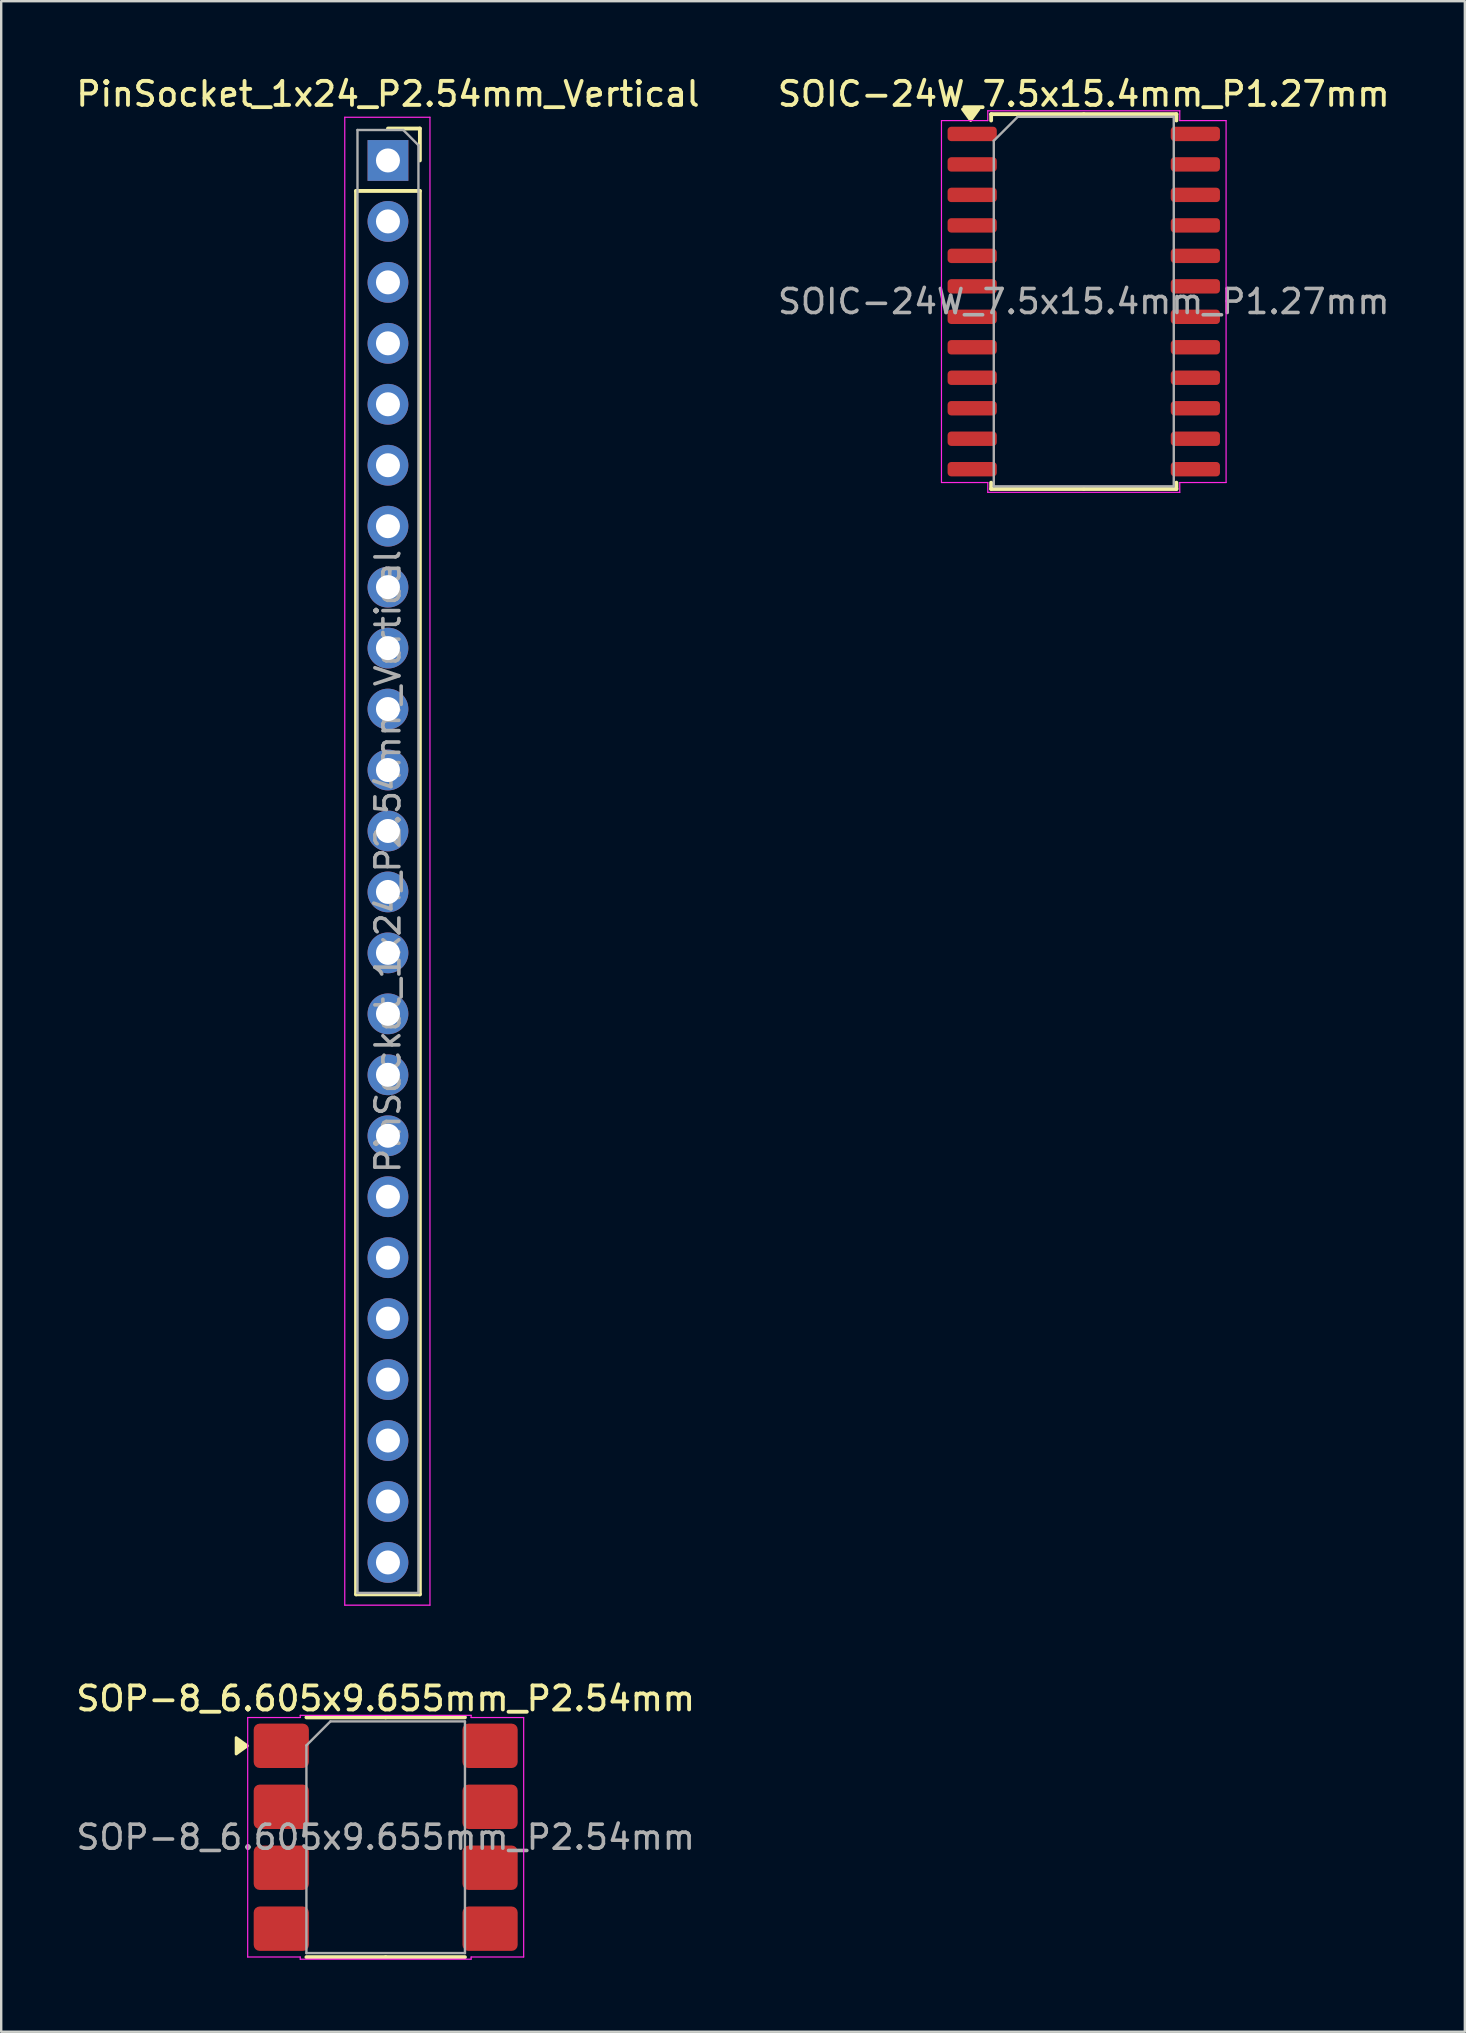
<source format=kicad_pcb>
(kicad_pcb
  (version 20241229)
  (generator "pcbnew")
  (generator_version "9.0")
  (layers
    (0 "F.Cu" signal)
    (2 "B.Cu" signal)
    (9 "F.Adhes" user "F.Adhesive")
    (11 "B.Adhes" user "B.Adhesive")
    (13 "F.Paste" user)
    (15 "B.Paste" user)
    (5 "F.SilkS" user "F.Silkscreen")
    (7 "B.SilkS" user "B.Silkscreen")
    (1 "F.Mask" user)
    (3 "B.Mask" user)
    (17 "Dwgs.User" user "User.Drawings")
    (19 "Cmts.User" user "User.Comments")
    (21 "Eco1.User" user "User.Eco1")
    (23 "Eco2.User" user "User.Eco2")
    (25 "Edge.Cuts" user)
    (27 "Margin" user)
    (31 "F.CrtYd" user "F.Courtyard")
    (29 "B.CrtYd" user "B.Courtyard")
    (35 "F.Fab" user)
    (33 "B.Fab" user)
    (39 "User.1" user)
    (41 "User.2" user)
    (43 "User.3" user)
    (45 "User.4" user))
  (footprint "PinSocket_1x24_P2.54mm_Vertical"
    (layer "F.Cu")
    (at 13.116 3.636)
    (property "Reference" "PinSocket_1x24_P2.54mm_Vertical" (at 0 -2.77 0) (layer "F.SilkS") (effects (font (size 1 1) (thickness 0.16))))
    (attr through_hole)
    (fp_line (start -1.33 1.27) (end -1.33 59.75) (stroke (width 0.16) (type solid)) (layer "F.SilkS"))
    (fp_line (start -1.33 1.27) (end 1.33 1.27) (stroke (width 0.16) (type solid)) (layer "F.SilkS"))
    (fp_line (start -1.33 59.75) (end 1.33 59.75) (stroke (width 0.16) (type solid)) (layer "F.SilkS"))
    (fp_line (start 0 -1.33) (end 1.33 -1.33) (stroke (width 0.16) (type solid)) (layer "F.SilkS"))
    (fp_line (start 1.33 -1.33) (end 1.33 0) (stroke (width 0.16) (type solid)) (layer "F.SilkS"))
    (fp_line (start 1.33 1.27) (end 1.33 59.75) (stroke (width 0.16) (type solid)) (layer "F.SilkS"))
    (fp_line (start -1.8 -1.8) (end 1.75 -1.8) (stroke (width 0.05) (type solid)) (layer "F.CrtYd"))
    (fp_line (start -1.8 60.2) (end -1.8 -1.8) (stroke (width 0.05) (type solid)) (layer "F.CrtYd"))
    (fp_line (start 1.75 -1.8) (end 1.75 60.2) (stroke (width 0.05) (type solid)) (layer "F.CrtYd"))
    (fp_line (start 1.75 60.2) (end -1.8 60.2) (stroke (width 0.05) (type solid)) (layer "F.CrtYd"))
    (fp_line (start -1.27 -1.27) (end 0.635 -1.27) (stroke (width 0.1) (type solid)) (layer "F.Fab"))
    (fp_line (start -1.27 59.69) (end -1.27 -1.27) (stroke (width 0.1) (type solid)) (layer "F.Fab"))
    (fp_line (start 0.635 -1.27) (end 1.27 -0.635) (stroke (width 0.1) (type solid)) (layer "F.Fab"))
    (fp_line (start 1.27 -0.635) (end 1.27 59.69) (stroke (width 0.1) (type solid)) (layer "F.Fab"))
    (fp_line (start 1.27 59.69) (end -1.27 59.69) (stroke (width 0.1) (type solid)) (layer "F.Fab"))
    (fp_text user "${REFERENCE}" (at 0 29.21 90) (layer "F.Fab") (effects (font (size 1 1) (thickness 0.15))))
    (pad "1" thru_hole rect (at 0 0) (size 1.7 1.7) (drill 1) (layers "*.Cu" "*.Mask"))
    (pad "2" thru_hole circle (at 0 2.54) (size 1.7 1.7) (drill 1) (layers "*.Cu" "*.Mask"))
    (pad "3" thru_hole circle (at 0 5.08) (size 1.7 1.7) (drill 1) (layers "*.Cu" "*.Mask"))
    (pad "4" thru_hole circle (at 0 7.62) (size 1.7 1.7) (drill 1) (layers "*.Cu" "*.Mask"))
    (pad "5" thru_hole circle (at 0 10.16) (size 1.7 1.7) (drill 1) (layers "*.Cu" "*.Mask"))
    (pad "6" thru_hole circle (at 0 12.7) (size 1.7 1.7) (drill 1) (layers "*.Cu" "*.Mask"))
    (pad "7" thru_hole circle (at 0 15.24) (size 1.7 1.7) (drill 1) (layers "*.Cu" "*.Mask"))
    (pad "8" thru_hole circle (at 0 17.78) (size 1.7 1.7) (drill 1) (layers "*.Cu" "*.Mask"))
    (pad "9" thru_hole circle (at 0 20.32) (size 1.7 1.7) (drill 1) (layers "*.Cu" "*.Mask"))
    (pad "10" thru_hole circle (at 0 22.86) (size 1.7 1.7) (drill 1) (layers "*.Cu" "*.Mask"))
    (pad "11" thru_hole circle (at 0 25.4) (size 1.7 1.7) (drill 1) (layers "*.Cu" "*.Mask"))
    (pad "12" thru_hole circle (at 0 27.94) (size 1.7 1.7) (drill 1) (layers "*.Cu" "*.Mask"))
    (pad "13" thru_hole circle (at 0 30.48) (size 1.7 1.7) (drill 1) (layers "*.Cu" "*.Mask"))
    (pad "14" thru_hole circle (at 0 33.02) (size 1.7 1.7) (drill 1) (layers "*.Cu" "*.Mask"))
    (pad "15" thru_hole circle (at 0 35.56) (size 1.7 1.7) (drill 1) (layers "*.Cu" "*.Mask"))
    (pad "16" thru_hole circle (at 0 38.1) (size 1.7 1.7) (drill 1) (layers "*.Cu" "*.Mask"))
    (pad "17" thru_hole circle (at 0 40.64) (size 1.7 1.7) (drill 1) (layers "*.Cu" "*.Mask"))
    (pad "18" thru_hole circle (at 0 43.18) (size 1.7 1.7) (drill 1) (layers "*.Cu" "*.Mask"))
    (pad "19" thru_hole circle (at 0 45.72) (size 1.7 1.7) (drill 1) (layers "*.Cu" "*.Mask"))
    (pad "20" thru_hole circle (at 0 48.26) (size 1.7 1.7) (drill 1) (layers "*.Cu" "*.Mask"))
    (pad "21" thru_hole circle (at 0 50.8) (size 1.7 1.7) (drill 1) (layers "*.Cu" "*.Mask"))
    (pad "22" thru_hole circle (at 0 53.34) (size 1.7 1.7) (drill 1) (layers "*.Cu" "*.Mask"))
    (pad "23" thru_hole circle (at 0 55.88) (size 1.7 1.7) (drill 1) (layers "*.Cu" "*.Mask"))
    (pad "24" thru_hole circle (at 0 58.42) (size 1.7 1.7) (drill 1) (layers "*.Cu" "*.Mask")))
  (footprint "SOP-8_6.605x9.655mm_P2.54mm"
    (layer "F.Cu")
    (at 13.021 73.507)
    (property "Reference" "SOP-8_6.605x9.655mm_P2.54mm" (at 0 -5.78 0) (layer "F.SilkS") (effects (font (size 1 1) (thickness 0.16))))
    (attr smd)
    (fp_line (start 0 -4.995) (end -3.303 -4.995) (stroke (width 0.16) (type solid)) (layer "F.SilkS"))
    (fp_line (start 0 -4.995) (end 3.303 -4.995) (stroke (width 0.16) (type solid)) (layer "F.SilkS"))
    (fp_line (start 0 4.995) (end -3.303 4.995) (stroke (width 0.16) (type solid)) (layer "F.SilkS"))
    (fp_line (start 0 4.995) (end 3.303 4.995) (stroke (width 0.16) (type solid)) (layer "F.SilkS"))
    (fp_poly (pts (xy -5.76 -3.81) (xy -6.23 -3.47) (xy -6.23 -4.15)) (stroke (width 0.12) (type solid)) (fill yes) (layer "F.SilkS"))
    (fp_line (start -5.75 -4.99) (end -3.56 -4.99) (stroke (width 0.05) (type solid)) (layer "F.CrtYd"))
    (fp_line (start -5.75 4.99) (end -5.75 -4.99) (stroke (width 0.05) (type solid)) (layer "F.CrtYd"))
    (fp_line (start -3.56 -5.08) (end 3.56 -5.08) (stroke (width 0.05) (type solid)) (layer "F.CrtYd"))
    (fp_line (start -3.56 -4.99) (end -3.56 -5.08) (stroke (width 0.05) (type solid)) (layer "F.CrtYd"))
    (fp_line (start -3.56 4.99) (end -5.75 4.99) (stroke (width 0.05) (type solid)) (layer "F.CrtYd"))
    (fp_line (start -3.56 5.08) (end -3.56 4.99) (stroke (width 0.05) (type solid)) (layer "F.CrtYd"))
    (fp_line (start 3.56 -5.08) (end 3.56 -4.99) (stroke (width 0.05) (type solid)) (layer "F.CrtYd"))
    (fp_line (start 3.56 -4.99) (end 5.75 -4.99) (stroke (width 0.05) (type solid)) (layer "F.CrtYd"))
    (fp_line (start 3.56 4.99) (end 3.56 5.08) (stroke (width 0.05) (type solid)) (layer "F.CrtYd"))
    (fp_line (start 3.56 5.08) (end -3.56 5.08) (stroke (width 0.05) (type solid)) (layer "F.CrtYd"))
    (fp_line (start 5.75 -4.99) (end 5.75 4.99) (stroke (width 0.05) (type solid)) (layer "F.CrtYd"))
    (fp_line (start 5.75 4.99) (end 3.56 4.99) (stroke (width 0.05) (type solid)) (layer "F.CrtYd"))
    (fp_line (start -3.303 -3.828) (end -2.303 -4.827) (stroke (width 0.1) (type solid)) (layer "F.Fab"))
    (fp_line (start -3.303 4.827) (end -3.303 -3.828) (stroke (width 0.1) (type solid)) (layer "F.Fab"))
    (fp_line (start -2.303 -4.827) (end 3.303 -4.827) (stroke (width 0.1) (type solid)) (layer "F.Fab"))
    (fp_line (start 3.303 -4.827) (end 3.303 4.827) (stroke (width 0.1) (type solid)) (layer "F.Fab"))
    (fp_line (start 3.303 4.827) (end -3.303 4.827) (stroke (width 0.1) (type solid)) (layer "F.Fab"))
    (fp_text user "${REFERENCE}" (at 0 0 0) (layer "F.Fab") (effects (font (size 1 1) (thickness 0.15))))
    (pad "1" smd roundrect (at -4.35 -3.81) (size 2.3 1.85) (layers "F.Cu" "F.Mask" "F.Paste") (roundrect_rratio 0.135))
    (pad "2" smd roundrect (at -4.35 -1.27) (size 2.3 1.85) (layers "F.Cu" "F.Mask" "F.Paste") (roundrect_rratio 0.135))
    (pad "3" smd roundrect (at -4.35 1.27) (size 2.3 1.85) (layers "F.Cu" "F.Mask" "F.Paste") (roundrect_rratio 0.135))
    (pad "4" smd roundrect (at -4.35 3.81) (size 2.3 1.85) (layers "F.Cu" "F.Mask" "F.Paste") (roundrect_rratio 0.135))
    (pad "5" smd roundrect (at 4.35 3.81) (size 2.3 1.85) (layers "F.Cu" "F.Mask" "F.Paste") (roundrect_rratio 0.135))
    (pad "6" smd roundrect (at 4.35 1.27) (size 2.3 1.85) (layers "F.Cu" "F.Mask" "F.Paste") (roundrect_rratio 0.135))
    (pad "7" smd roundrect (at 4.35 -1.27) (size 2.3 1.85) (layers "F.Cu" "F.Mask" "F.Paste") (roundrect_rratio 0.135))
    (pad "8" smd roundrect (at 4.35 -3.81) (size 2.3 1.85) (layers "F.Cu" "F.Mask" "F.Paste") (roundrect_rratio 0.135)))
  (footprint "SOIC-24W_7.5x15.4mm_P1.27mm"
    (layer "F.Cu")
    (at 42.11 9.516)
    (property "Reference" "SOIC-24W_7.5x15.4mm_P1.27mm" (at 0 -8.65 0) (layer "F.SilkS") (effects (font (size 1 1) (thickness 0.16))))
    (attr smd)
    (fp_line (start -3.86 -7.81) (end -3.86 -7.545) (stroke (width 0.16) (type solid)) (layer "F.SilkS"))
    (fp_line (start -3.86 7.81) (end -3.86 7.545) (stroke (width 0.16) (type solid)) (layer "F.SilkS"))
    (fp_line (start 0 -7.81) (end -3.86 -7.81) (stroke (width 0.16) (type solid)) (layer "F.SilkS"))
    (fp_line (start 0 -7.81) (end 3.86 -7.81) (stroke (width 0.16) (type solid)) (layer "F.SilkS"))
    (fp_line (start 0 7.81) (end -3.86 7.81) (stroke (width 0.16) (type solid)) (layer "F.SilkS"))
    (fp_line (start 0 7.81) (end 3.86 7.81) (stroke (width 0.16) (type solid)) (layer "F.SilkS"))
    (fp_line (start 3.86 -7.81) (end 3.86 -7.545) (stroke (width 0.16) (type solid)) (layer "F.SilkS"))
    (fp_line (start 3.86 7.81) (end 3.86 7.545) (stroke (width 0.16) (type solid)) (layer "F.SilkS"))
    (fp_poly (pts (xy -4.713 -7.545) (xy -5.053 -8.015) (xy -4.372 -8.015)) (stroke (width 0.12) (type solid)) (fill yes) (layer "F.SilkS"))
    (fp_line (start -5.93 -7.54) (end -4 -7.54) (stroke (width 0.05) (type solid)) (layer "F.CrtYd"))
    (fp_line (start -5.93 7.54) (end -5.93 -7.54) (stroke (width 0.05) (type solid)) (layer "F.CrtYd"))
    (fp_line (start -4 -7.95) (end 4 -7.95) (stroke (width 0.05) (type solid)) (layer "F.CrtYd"))
    (fp_line (start -4 -7.54) (end -4 -7.95) (stroke (width 0.05) (type solid)) (layer "F.CrtYd"))
    (fp_line (start -4 7.54) (end -5.93 7.54) (stroke (width 0.05) (type solid)) (layer "F.CrtYd"))
    (fp_line (start -4 7.95) (end -4 7.54) (stroke (width 0.05) (type solid)) (layer "F.CrtYd"))
    (fp_line (start 4 -7.95) (end 4 -7.54) (stroke (width 0.05) (type solid)) (layer "F.CrtYd"))
    (fp_line (start 4 -7.54) (end 5.93 -7.54) (stroke (width 0.05) (type solid)) (layer "F.CrtYd"))
    (fp_line (start 4 7.54) (end 4 7.95) (stroke (width 0.05) (type solid)) (layer "F.CrtYd"))
    (fp_line (start 4 7.95) (end -4 7.95) (stroke (width 0.05) (type solid)) (layer "F.CrtYd"))
    (fp_line (start 5.93 -7.54) (end 5.93 7.54) (stroke (width 0.05) (type solid)) (layer "F.CrtYd"))
    (fp_line (start 5.93 7.54) (end 4 7.54) (stroke (width 0.05) (type solid)) (layer "F.CrtYd"))
    (fp_line (start -3.75 -6.7) (end -2.75 -7.7) (stroke (width 0.1) (type solid)) (layer "F.Fab"))
    (fp_line (start -3.75 7.7) (end -3.75 -6.7) (stroke (width 0.1) (type solid)) (layer "F.Fab"))
    (fp_line (start -2.75 -7.7) (end 3.75 -7.7) (stroke (width 0.1) (type solid)) (layer "F.Fab"))
    (fp_line (start 3.75 -7.7) (end 3.75 7.7) (stroke (width 0.1) (type solid)) (layer "F.Fab"))
    (fp_line (start 3.75 7.7) (end -3.75 7.7) (stroke (width 0.1) (type solid)) (layer "F.Fab"))
    (fp_text user "${REFERENCE}" (at 0 0 0) (layer "F.Fab") (effects (font (size 1 1) (thickness 0.15))))
    (pad "1" smd roundrect (at -4.65 -6.985) (size 2.05 0.6) (layers "F.Cu" "F.Mask" "F.Paste") (roundrect_rratio 0.25))
    (pad "2" smd roundrect (at -4.65 -5.715) (size 2.05 0.6) (layers "F.Cu" "F.Mask" "F.Paste") (roundrect_rratio 0.25))
    (pad "3" smd roundrect (at -4.65 -4.445) (size 2.05 0.6) (layers "F.Cu" "F.Mask" "F.Paste") (roundrect_rratio 0.25))
    (pad "4" smd roundrect (at -4.65 -3.175) (size 2.05 0.6) (layers "F.Cu" "F.Mask" "F.Paste") (roundrect_rratio 0.25))
    (pad "5" smd roundrect (at -4.65 -1.905) (size 2.05 0.6) (layers "F.Cu" "F.Mask" "F.Paste") (roundrect_rratio 0.25))
    (pad "6" smd roundrect (at -4.65 -0.635) (size 2.05 0.6) (layers "F.Cu" "F.Mask" "F.Paste") (roundrect_rratio 0.25))
    (pad "7" smd roundrect (at -4.65 0.635) (size 2.05 0.6) (layers "F.Cu" "F.Mask" "F.Paste") (roundrect_rratio 0.25))
    (pad "8" smd roundrect (at -4.65 1.905) (size 2.05 0.6) (layers "F.Cu" "F.Mask" "F.Paste") (roundrect_rratio 0.25))
    (pad "9" smd roundrect (at -4.65 3.175) (size 2.05 0.6) (layers "F.Cu" "F.Mask" "F.Paste") (roundrect_rratio 0.25))
    (pad "10" smd roundrect (at -4.65 4.445) (size 2.05 0.6) (layers "F.Cu" "F.Mask" "F.Paste") (roundrect_rratio 0.25))
    (pad "11" smd roundrect (at -4.65 5.715) (size 2.05 0.6) (layers "F.Cu" "F.Mask" "F.Paste") (roundrect_rratio 0.25))
    (pad "12" smd roundrect (at -4.65 6.985) (size 2.05 0.6) (layers "F.Cu" "F.Mask" "F.Paste") (roundrect_rratio 0.25))
    (pad "13" smd roundrect (at 4.65 6.985) (size 2.05 0.6) (layers "F.Cu" "F.Mask" "F.Paste") (roundrect_rratio 0.25))
    (pad "14" smd roundrect (at 4.65 5.715) (size 2.05 0.6) (layers "F.Cu" "F.Mask" "F.Paste") (roundrect_rratio 0.25))
    (pad "15" smd roundrect (at 4.65 4.445) (size 2.05 0.6) (layers "F.Cu" "F.Mask" "F.Paste") (roundrect_rratio 0.25))
    (pad "16" smd roundrect (at 4.65 3.175) (size 2.05 0.6) (layers "F.Cu" "F.Mask" "F.Paste") (roundrect_rratio 0.25))
    (pad "17" smd roundrect (at 4.65 1.905) (size 2.05 0.6) (layers "F.Cu" "F.Mask" "F.Paste") (roundrect_rratio 0.25))
    (pad "18" smd roundrect (at 4.65 0.635) (size 2.05 0.6) (layers "F.Cu" "F.Mask" "F.Paste") (roundrect_rratio 0.25))
    (pad "19" smd roundrect (at 4.65 -0.635) (size 2.05 0.6) (layers "F.Cu" "F.Mask" "F.Paste") (roundrect_rratio 0.25))
    (pad "20" smd roundrect (at 4.65 -1.905) (size 2.05 0.6) (layers "F.Cu" "F.Mask" "F.Paste") (roundrect_rratio 0.25))
    (pad "21" smd roundrect (at 4.65 -3.175) (size 2.05 0.6) (layers "F.Cu" "F.Mask" "F.Paste") (roundrect_rratio 0.25))
    (pad "22" smd roundrect (at 4.65 -4.445) (size 2.05 0.6) (layers "F.Cu" "F.Mask" "F.Paste") (roundrect_rratio 0.25))
    (pad "23" smd roundrect (at 4.65 -5.715) (size 2.05 0.6) (layers "F.Cu" "F.Mask" "F.Paste") (roundrect_rratio 0.25))
    (pad "24" smd roundrect (at 4.65 -6.985) (size 2.05 0.6) (layers "F.Cu" "F.Mask" "F.Paste") (roundrect_rratio 0.25)))
  (gr_rect
    (start -3 -3)
    (end 57.989 81.612)
    (stroke (width 0.1) (type default))
    (fill no)
    (layer "Edge.Cuts")))
</source>
